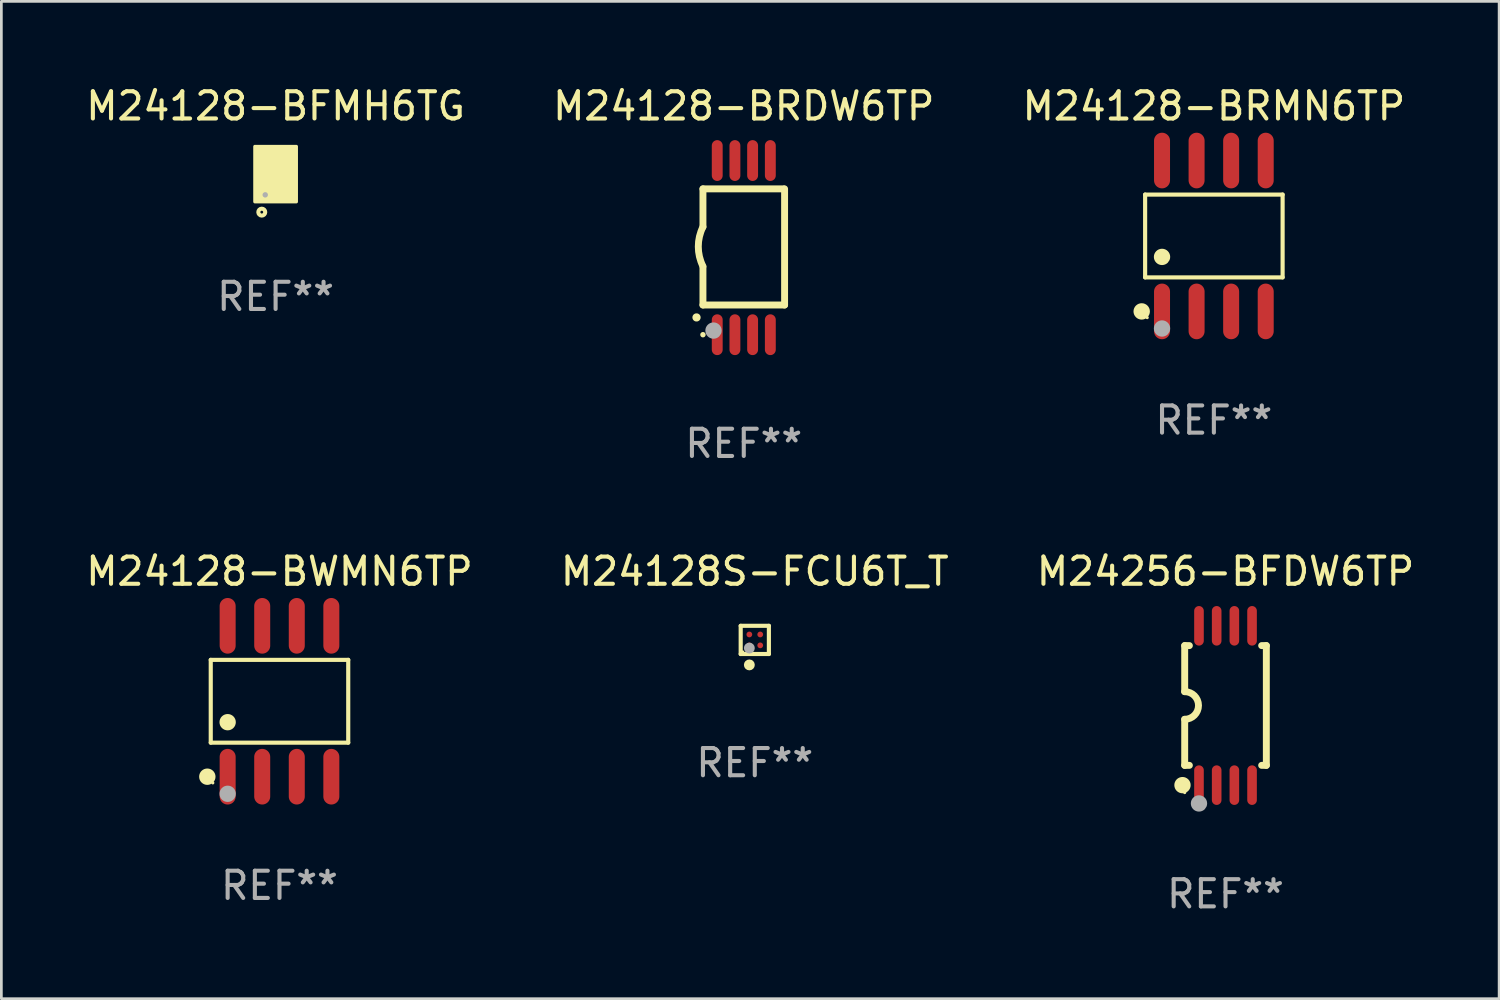
<source format=kicad_pcb>
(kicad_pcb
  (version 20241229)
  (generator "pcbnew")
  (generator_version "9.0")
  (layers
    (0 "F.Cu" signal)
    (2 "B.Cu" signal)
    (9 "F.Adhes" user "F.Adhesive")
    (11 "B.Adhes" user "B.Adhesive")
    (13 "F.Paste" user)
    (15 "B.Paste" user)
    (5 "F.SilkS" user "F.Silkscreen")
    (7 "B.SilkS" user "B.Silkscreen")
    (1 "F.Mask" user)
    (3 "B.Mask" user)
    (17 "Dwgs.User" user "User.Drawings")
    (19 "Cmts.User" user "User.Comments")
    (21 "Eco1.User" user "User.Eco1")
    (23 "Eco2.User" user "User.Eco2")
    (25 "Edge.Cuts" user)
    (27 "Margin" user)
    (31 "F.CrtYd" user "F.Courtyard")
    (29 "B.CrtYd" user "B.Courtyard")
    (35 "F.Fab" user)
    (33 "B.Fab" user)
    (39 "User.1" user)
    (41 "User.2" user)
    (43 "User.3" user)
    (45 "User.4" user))
  (footprint "M24128-BFMH6TG"
    (layer "F.Cu")
    (at 7.077 3.348)
    (property "Reference" "M24128-BFMH6TG" (at 0 -2.5 0) (layer "F.SilkS") (effects (font (size 1 1) (thickness 0.15))))
    (attr through_hole)
    (fp_circle (center -0.7 0.85) (end -0.67 0.85) (stroke (width 0.06) (type solid)) (fill no) (layer "F.SilkS"))
    (fp_circle (center -0.508 1.397) (end -0.381 1.397) (stroke (width 0.15) (type solid)) (fill no) (layer "F.SilkS"))
    (fp_poly (pts (xy -0.762 -1.016) (xy 0.762 -1.016) (xy 0.762 1.016) (xy -0.762 1.016)) (stroke (width 0.12) (type solid)) (fill yes) (layer "F.SilkS"))
    (fp_circle (center -0.381 0.762) (end -0.331 0.762) (stroke (width 0.1) (type solid)) (fill no) (layer "F.Fab"))
    (fp_text user "REF**" (at 0 4.5 0) (layer "F.Fab") (effects (font (size 1 1) (thickness 0.15))))
    (pad "1" smd rect (at -0.4 0.5 90) (size 0.6 0.2) (layers "F.Cu" "F.Mask" "F.Paste"))
    (pad "2" smd rect (at 0 0.000127 90) (size 1.6 0.2) (layers "F.Cu" "F.Mask" "F.Paste"))
    (pad "3" smd rect (at 0.4 0.5 90) (size 0.6 0.2) (layers "F.Cu" "F.Mask" "F.Paste"))
    (pad "4" smd rect (at 0.4 -0.5 90) (size 0.6 0.2) (layers "F.Cu" "F.Mask" "F.Paste"))
    (pad "5" smd rect (at -0.4 -0.5 90) (size 0.6 0.2) (layers "F.Cu" "F.Mask" "F.Paste")))
  (footprint "M24256-BFDW6TP"
    (layer "F.Cu")
    (at 41.982 22.873)
    (property "Reference" "M24256-BFDW6TP" (at 0 -4.927 0) (layer "F.SilkS") (effects (font (size 1 1) (thickness 0.15))))
    (attr through_hole)
    (fp_line (start -1.5 -2.2) (end -1.5 -0.508) (stroke (width 0.254) (type solid)) (layer "F.SilkS"))
    (fp_line (start -1.5 -2.2) (end -1.328 -2.2) (stroke (width 0.254) (type solid)) (layer "F.SilkS"))
    (fp_line (start -1.5 2.2) (end -1.5 0.508) (stroke (width 0.254) (type solid)) (layer "F.SilkS"))
    (fp_line (start -1.5 2.2) (end -1.328 2.2) (stroke (width 0.254) (type solid)) (layer "F.SilkS"))
    (fp_line (start 1.328 -2.2) (end 1.5 -2.2) (stroke (width 0.254) (type solid)) (layer "F.SilkS"))
    (fp_line (start 1.328 2.2) (end 1.5 2.2) (stroke (width 0.254) (type solid)) (layer "F.SilkS"))
    (fp_line (start 1.5 -2.2) (end 1.5 2.2) (stroke (width 0.254) (type solid)) (layer "F.SilkS"))
    (fp_arc (start -1.501144 -0.508) (mid -0.993143 -0.000571) (end -1.5 0.508001) (stroke (width 0.254001) (type solid)) (layer "F.SilkS"))
    (fp_circle (center -1.581 2.927) (end -1.431 2.927) (stroke (width 0.3) (type solid)) (fill no) (layer "F.SilkS"))
    (fp_circle (center -1.5 3.2) (end -1.47 3.2) (stroke (width 0.06) (type solid)) (fill no) (layer "F.SilkS"))
    (fp_circle (center -0.975 3.6) (end -0.825 3.6) (stroke (width 0.3) (type solid)) (fill no) (layer "F.Fab"))
    (fp_text user "REF**" (at 0 6.927 0) (layer "F.Fab") (effects (font (size 1 1) (thickness 0.15))))
    (pad "1" smd oval (at -0.975 2.927) (size 0.353 1.454) (layers "F.Cu" "F.Mask" "F.Paste"))
    (pad "2" smd oval (at -0.325 2.927) (size 0.353 1.454) (layers "F.Cu" "F.Mask" "F.Paste"))
    (pad "3" smd oval (at 0.325 2.927) (size 0.353 1.454) (layers "F.Cu" "F.Mask" "F.Paste"))
    (pad "4" smd oval (at 0.975 2.927) (size 0.353 1.454) (layers "F.Cu" "F.Mask" "F.Paste"))
    (pad "5" smd oval (at 0.975 -2.927) (size 0.353 1.454) (layers "F.Cu" "F.Mask" "F.Paste"))
    (pad "6" smd oval (at 0.325 -2.927) (size 0.353 1.454) (layers "F.Cu" "F.Mask" "F.Paste"))
    (pad "7" smd oval (at -0.325 -2.927) (size 0.353 1.454) (layers "F.Cu" "F.Mask" "F.Paste"))
    (pad "8" smd oval (at -0.975 -2.927) (size 0.353 1.454) (layers "F.Cu" "F.Mask" "F.Paste")))
  (footprint "M24128S-FCU6T_T"
    (layer "F.Cu")
    (at 24.685 20.464)
    (property "Reference" "M24128S-FCU6T_T" (at 0 -2.518 0) (layer "F.SilkS") (effects (font (size 1 1) (thickness 0.15))))
    (attr through_hole)
    (fp_line (start -0.518 -0.518) (end 0.518 -0.518) (stroke (width 0.152) (type solid)) (layer "F.SilkS"))
    (fp_line (start -0.518 0.518) (end -0.518 -0.518) (stroke (width 0.152) (type solid)) (layer "F.SilkS"))
    (fp_line (start 0.518 -0.518) (end 0.518 0.518) (stroke (width 0.152) (type solid)) (layer "F.SilkS"))
    (fp_line (start 0.518 0.518) (end -0.518 0.518) (stroke (width 0.152) (type solid)) (layer "F.SilkS"))
    (fp_circle (center -0.442 0.442) (end -0.412 0.442) (stroke (width 0.06) (type solid)) (fill no) (layer "F.SilkS"))
    (fp_circle (center -0.2 0.918) (end -0.1 0.918) (stroke (width 0.2) (type solid)) (fill no) (layer "F.SilkS"))
    (fp_circle (center -0.2 0.3) (end -0.1 0.3) (stroke (width 0.2) (type solid)) (fill no) (layer "F.Fab"))
    (fp_text user "REF**" (at 0 4.518 0) (layer "F.Fab") (effects (font (size 1 1) (thickness 0.15))))
    (pad "A1" smd circle (at -0.2 0.2) (size 0.212 0.212) (layers "F.Cu" "F.Mask" "F.Paste"))
    (pad "A2" smd circle (at -0.2 -0.2) (size 0.212 0.212) (layers "F.Cu" "F.Mask" "F.Paste"))
    (pad "B1" smd circle (at 0.2 0.2) (size 0.212 0.212) (layers "F.Cu" "F.Mask" "F.Paste"))
    (pad "B2" smd circle (at 0.2 -0.2) (size 0.212 0.212) (layers "F.Cu" "F.Mask" "F.Paste")))
  (footprint "M24128-BRMN6TP"
    (layer "F.Cu")
    (at 41.554 5.621)
    (property "Reference" "M24128-BRMN6TP" (at 0 -4.772 0) (layer "F.SilkS") (effects (font (size 1 1) (thickness 0.15))))
    (attr through_hole)
    (fp_line (start -2.526 -1.521) (end 2.526 -1.521) (stroke (width 0.152) (type solid)) (layer "F.SilkS"))
    (fp_line (start -2.526 1.521) (end -2.526 -1.521) (stroke (width 0.152) (type solid)) (layer "F.SilkS"))
    (fp_line (start 2.526 -1.521) (end 2.526 1.521) (stroke (width 0.152) (type solid)) (layer "F.SilkS"))
    (fp_line (start 2.526 1.521) (end -2.526 1.521) (stroke (width 0.152) (type solid)) (layer "F.SilkS"))
    (fp_circle (center -2.652 2.772) (end -2.501 2.772) (stroke (width 0.3) (type solid)) (fill no) (layer "F.SilkS"))
    (fp_circle (center -2.45 3) (end -2.42 3) (stroke (width 0.06) (type solid)) (fill no) (layer "F.SilkS"))
    (fp_circle (center -1.905 0.769) (end -1.755 0.769) (stroke (width 0.3) (type solid)) (fill no) (layer "F.SilkS"))
    (fp_circle (center -1.905 3.4) (end -1.755 3.4) (stroke (width 0.3) (type solid)) (fill no) (layer "F.Fab"))
    (fp_text user "REF**" (at 0 6.772 0) (layer "F.Fab") (effects (font (size 1 1) (thickness 0.15))))
    (pad "1" smd oval (at -1.905 2.772) (size 0.588 2.045) (layers "F.Cu" "F.Mask" "F.Paste"))
    (pad "2" smd oval (at -0.635 2.772) (size 0.588 2.045) (layers "F.Cu" "F.Mask" "F.Paste"))
    (pad "3" smd oval (at 0.635 2.772) (size 0.588 2.045) (layers "F.Cu" "F.Mask" "F.Paste"))
    (pad "4" smd oval (at 1.905 2.772) (size 0.588 2.045) (layers "F.Cu" "F.Mask" "F.Paste"))
    (pad "5" smd oval (at 1.905 -2.772) (size 0.588 2.045) (layers "F.Cu" "F.Mask" "F.Paste"))
    (pad "6" smd oval (at 0.635 -2.772) (size 0.588 2.045) (layers "F.Cu" "F.Mask" "F.Paste"))
    (pad "7" smd oval (at -0.635 -2.772) (size 0.588 2.045) (layers "F.Cu" "F.Mask" "F.Paste"))
    (pad "8" smd oval (at -1.905 -2.772) (size 0.588 2.045) (layers "F.Cu" "F.Mask" "F.Paste")))
  (footprint "M24128-BRDW6TP"
    (layer "F.Cu")
    (at 24.28 6.049)
    (property "Reference" "M24128-BRDW6TP" (at 0 -5.2 0) (layer "F.SilkS") (effects (font (size 1 1) (thickness 0.15))))
    (attr through_hole)
    (fp_line (start -1.5 -0.762) (end -1.5 -2.159) (stroke (width 0.254) (type solid)) (layer "F.SilkS"))
    (fp_line (start -1.5 2.108) (end -1.5 0.711) (stroke (width 0.254) (type solid)) (layer "F.SilkS"))
    (fp_line (start -1.5 2.108) (end 1.5 2.108) (stroke (width 0.254) (type solid)) (layer "F.SilkS"))
    (fp_line (start 1.463 -2.159) (end -1.5 -2.159) (stroke (width 0.254) (type solid)) (layer "F.SilkS"))
    (fp_line (start 1.5 2.108) (end 1.5 -2.159) (stroke (width 0.254) (type solid)) (layer "F.SilkS"))
    (fp_arc (start -1.737287 2.565405) (mid -1.736017 2.5654) (end -1.734747 2.565405) (stroke (width 0.3) (type solid)) (layer "F.SilkS"))
    (fp_arc (start -1.500076 0.685801) (mid -1.670966 -0.0381) (end -1.500076 -0.762002) (stroke (width 0.254001) (type solid)) (layer "F.SilkS"))
    (fp_circle (center -1.5 3.2) (end -1.45 3.2) (stroke (width 0.1) (type solid)) (fill no) (layer "F.SilkS"))
    (fp_circle (center -1.112 3.048) (end -0.962 3.048) (stroke (width 0.3) (type solid)) (fill no) (layer "F.Fab"))
    (fp_text user "REF**" (at 0 7.2 0) (layer "F.Fab") (effects (font (size 1 1) (thickness 0.15))))
    (pad "1" smd oval (at -0.975 3.2 180) (size 0.4 1.5) (layers "F.Cu" "F.Mask" "F.Paste"))
    (pad "2" smd oval (at -0.325 3.2 180) (size 0.4 1.5) (layers "F.Cu" "F.Mask" "F.Paste"))
    (pad "3" smd oval (at 0.325 3.2 180) (size 0.4 1.5) (layers "F.Cu" "F.Mask" "F.Paste"))
    (pad "4" smd oval (at 0.976 3.2 180) (size 0.4 1.5) (layers "F.Cu" "F.Mask" "F.Paste"))
    (pad "5" smd oval (at 0.976 -3.2 180) (size 0.4 1.5) (layers "F.Cu" "F.Mask" "F.Paste"))
    (pad "6" smd oval (at 0.325 -3.2 180) (size 0.4 1.5) (layers "F.Cu" "F.Mask" "F.Paste"))
    (pad "7" smd oval (at -0.325 -3.2 180) (size 0.4 1.5) (layers "F.Cu" "F.Mask" "F.Paste"))
    (pad "8" smd oval (at -0.975 -3.2 180) (size 0.4 1.5) (layers "F.Cu" "F.Mask" "F.Paste")))
  (footprint "M24128-BWMN6TP"
    (layer "F.Cu")
    (at 7.22 22.718)
    (property "Reference" "M24128-BWMN6TP" (at 0 -4.772 0) (layer "F.SilkS") (effects (font (size 1 1) (thickness 0.15))))
    (attr through_hole)
    (fp_line (start -2.526 -1.521) (end 2.526 -1.521) (stroke (width 0.152) (type solid)) (layer "F.SilkS"))
    (fp_line (start -2.526 1.521) (end -2.526 -1.521) (stroke (width 0.152) (type solid)) (layer "F.SilkS"))
    (fp_line (start 2.526 -1.521) (end 2.526 1.521) (stroke (width 0.152) (type solid)) (layer "F.SilkS"))
    (fp_line (start 2.526 1.521) (end -2.526 1.521) (stroke (width 0.152) (type solid)) (layer "F.SilkS"))
    (fp_circle (center -2.652 2.772) (end -2.501 2.772) (stroke (width 0.3) (type solid)) (fill no) (layer "F.SilkS"))
    (fp_circle (center -2.45 3) (end -2.42 3) (stroke (width 0.06) (type solid)) (fill no) (layer "F.SilkS"))
    (fp_circle (center -1.905 0.769) (end -1.755 0.769) (stroke (width 0.3) (type solid)) (fill no) (layer "F.SilkS"))
    (fp_circle (center -1.905 3.4) (end -1.755 3.4) (stroke (width 0.3) (type solid)) (fill no) (layer "F.Fab"))
    (fp_text user "REF**" (at 0 6.772 0) (layer "F.Fab") (effects (font (size 1 1) (thickness 0.15))))
    (pad "1" smd oval (at -1.905 2.772) (size 0.588 2.045) (layers "F.Cu" "F.Mask" "F.Paste"))
    (pad "2" smd oval (at -0.635 2.772) (size 0.588 2.045) (layers "F.Cu" "F.Mask" "F.Paste"))
    (pad "3" smd oval (at 0.635 2.772) (size 0.588 2.045) (layers "F.Cu" "F.Mask" "F.Paste"))
    (pad "4" smd oval (at 1.905 2.772) (size 0.588 2.045) (layers "F.Cu" "F.Mask" "F.Paste"))
    (pad "5" smd oval (at 1.905 -2.772) (size 0.588 2.045) (layers "F.Cu" "F.Mask" "F.Paste"))
    (pad "6" smd oval (at 0.635 -2.772) (size 0.588 2.045) (layers "F.Cu" "F.Mask" "F.Paste"))
    (pad "7" smd oval (at -0.635 -2.772) (size 0.588 2.045) (layers "F.Cu" "F.Mask" "F.Paste"))
    (pad "8" smd oval (at -1.905 -2.772) (size 0.588 2.045) (layers "F.Cu" "F.Mask" "F.Paste")))
  (gr_rect
    (start -3 -3)
    (end 52.036 33.648)
    (stroke (width 0.1) (type default))
    (fill no)
    (layer "Edge.Cuts")))
</source>
